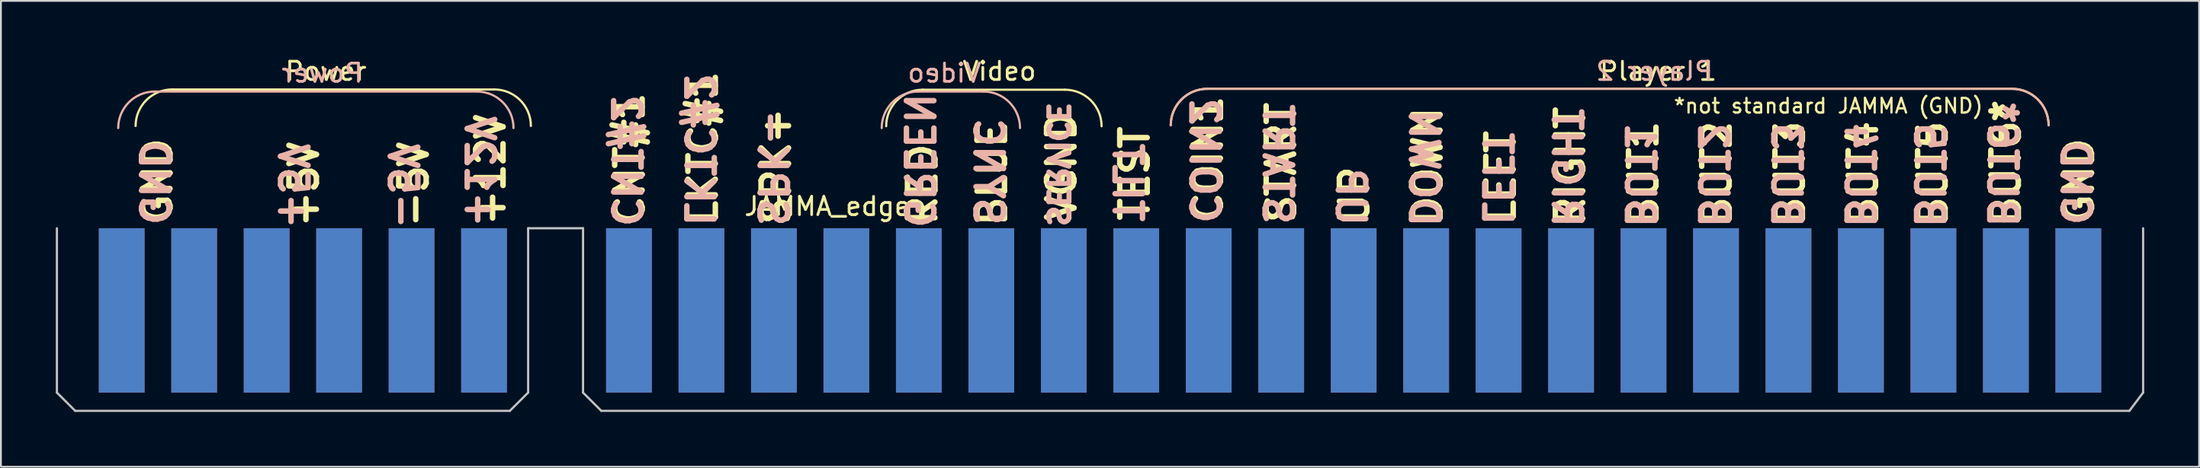
<source format=kicad_pcb>
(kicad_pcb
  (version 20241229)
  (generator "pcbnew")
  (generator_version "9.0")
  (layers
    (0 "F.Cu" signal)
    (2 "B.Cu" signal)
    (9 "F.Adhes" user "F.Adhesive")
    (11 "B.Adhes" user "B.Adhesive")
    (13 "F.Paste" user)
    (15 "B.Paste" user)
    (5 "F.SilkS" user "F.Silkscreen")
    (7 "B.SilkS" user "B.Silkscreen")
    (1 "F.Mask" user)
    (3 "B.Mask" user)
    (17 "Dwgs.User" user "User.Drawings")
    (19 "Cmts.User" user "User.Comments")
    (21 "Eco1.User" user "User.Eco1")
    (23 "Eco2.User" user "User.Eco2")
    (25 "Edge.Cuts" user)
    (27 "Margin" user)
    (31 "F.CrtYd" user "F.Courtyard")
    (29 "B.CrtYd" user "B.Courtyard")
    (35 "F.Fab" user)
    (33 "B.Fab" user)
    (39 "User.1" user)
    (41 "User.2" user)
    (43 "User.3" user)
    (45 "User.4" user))
  (footprint "JAMMA_edge"
    (layer "F.Cu")
    (at 57.06 18.448)
    (property "Reference" "JAMMA_edge" (at -14.9 -10.2 0) (layer "F.SilkS") (effects (font (size 1 1) (thickness 0.15))))
    (attr smd allow_soldermask_bridges)
    (fp_poly (pts (xy 57 1) (xy -57 1) (xy -57 -9) (xy 57 -9)) (stroke (width 0.1) (type solid)) (fill yes) (layer "F.Mask"))
    (fp_poly (pts (xy 57 1) (xy -57 1) (xy -57 -9) (xy 57 -9)) (stroke (width 0.1) (type solid)) (fill yes) (layer "B.Mask"))
    (fp_line (start -33.1 -16.6) (end -50.7 -16.6) (stroke (width 0.12) (type solid)) (layer "F.SilkS"))
    (fp_line (start -9.686 -16.586) (end -1.914 -16.586) (stroke (width 0.12) (type solid)) (layer "F.SilkS"))
    (fp_line (start 49.836 -16.636) (end 5.864 -16.636) (stroke (width 0.12) (type solid)) (layer "F.SilkS"))
    (fp_arc (start -52.7 -14.6) (mid -52.114209 -16.014209) (end -50.7 -16.6) (stroke (width 0.12) (type solid)) (layer "F.SilkS"))
    (fp_arc (start -33.1 -16.6) (mid -31.685776 -16.014224) (end -31.1 -14.6) (stroke (width 0.12) (type solid)) (layer "F.SilkS"))
    (fp_arc (start -11.685786 -14.585786) (mid -11.1 -16) (end -9.685786 -16.585786) (stroke (width 0.12) (type solid)) (layer "F.SilkS"))
    (fp_arc (start -1.914214 -16.585786) (mid -0.499999 -16.000001) (end 0.085786 -14.585786) (stroke (width 0.12) (type solid)) (layer "F.SilkS"))
    (fp_arc (start 3.864214 -14.635786) (mid 4.449996 -16.050004) (end 5.864214 -16.635786) (stroke (width 0.12) (type solid)) (layer "F.SilkS"))
    (fp_arc (start 49.835786 -16.635786) (mid 51.250004 -16.050004) (end 51.835786 -14.635786) (stroke (width 0.12) (type solid)) (layer "F.SilkS"))
    (fp_line (start -51.65 -16.486) (end -34.05 -16.486) (stroke (width 0.12) (type solid)) (layer "B.SilkS"))
    (fp_line (start -6.371 -16.486) (end -9.929 -16.486) (stroke (width 0.12) (type solid)) (layer "B.SilkS"))
    (fp_line (start 49.836 -16.636) (end 5.864 -16.636) (stroke (width 0.12) (type solid)) (layer "B.SilkS"))
    (fp_arc (start -53.65 -14.485786) (mid -53.064207 -15.899993) (end -51.65 -16.485786) (stroke (width 0.12) (type solid)) (layer "B.SilkS"))
    (fp_arc (start -34.05 -16.485786) (mid -32.635784 -15.900002) (end -32.05 -14.485786) (stroke (width 0.12) (type solid)) (layer "B.SilkS"))
    (fp_arc (start -11.928679 -14.485786) (mid -11.342882 -15.899987) (end -9.928679 -16.485786) (stroke (width 0.12) (type solid)) (layer "B.SilkS"))
    (fp_arc (start -6.371322 -16.485786) (mid -4.957091 -15.900018) (end -4.371322 -14.485786) (stroke (width 0.12) (type solid)) (layer "B.SilkS"))
    (fp_arc (start 3.864214 -14.635786) (mid 4.449996 -16.050004) (end 5.864214 -16.635786) (stroke (width 0.12) (type solid)) (layer "B.SilkS"))
    (fp_arc (start 49.835786 -16.635786) (mid 51.250004 -16.050004) (end 51.835786 -14.635786) (stroke (width 0.12) (type solid)) (layer "B.SilkS"))
    (fp_line (start -57 -9) (end -57 0) (stroke (width 0.12) (type solid)) (layer "Dwgs.User"))
    (fp_line (start -57 0) (end -56 1) (stroke (width 0.12) (type solid)) (layer "Dwgs.User"))
    (fp_line (start -56 1) (end -32.25 1) (stroke (width 0.12) (type solid)) (layer "Dwgs.User"))
    (fp_line (start -31.25 -9) (end -28.25 -9) (stroke (width 0.12) (type solid)) (layer "Dwgs.User"))
    (fp_line (start -31.25 0) (end -32.25 1) (stroke (width 0.12) (type solid)) (layer "Dwgs.User"))
    (fp_line (start -31.25 0) (end -31.25 -9) (stroke (width 0.12) (type solid)) (layer "Dwgs.User"))
    (fp_line (start -28.25 -9) (end -28.25 0) (stroke (width 0.12) (type solid)) (layer "Dwgs.User"))
    (fp_line (start -28.25 0) (end -27.25 1) (stroke (width 0.12) (type solid)) (layer "Dwgs.User"))
    (fp_line (start -27.25 1) (end 56.25 1) (stroke (width 0.12) (type solid)) (layer "Dwgs.User"))
    (fp_line (start 57 0) (end 56.25 1) (stroke (width 0.12) (type solid)) (layer "Dwgs.User"))
    (fp_line (start 57 0) (end 57 -9) (stroke (width 0.12) (type solid)) (layer "Dwgs.User"))
    (fp_text user "GND" (at -51.5 -11.6 90) (unlocked yes) (layer "F.SilkS") (effects (font (size 1.5 1.5) (thickness 0.3))))
    (fp_text user "UP" (at 13.9 -10.8 90) (unlocked yes) (layer "F.SilkS") (effects (font (size 1.5 1.5) (thickness 0.3))))
    (fp_text user "BUT6*" (at 49.5 -12.6 90) (unlocked yes) (layer "F.SilkS") (effects (font (size 1.5 1.5) (thickness 0.3))))
    (fp_text user "CNT#1" (at -25.7 -12.8 90) (unlocked yes) (layer "F.SilkS") (effects (font (size 1.5 1.5) (thickness 0.3))))
    (fp_text user "BUT1" (at 29.7 -12 90) (unlocked yes) (layer "F.SilkS") (effects (font (size 1.5 1.5) (thickness 0.3))))
    (fp_text user "VGND" (at -2.1 -12.4 90) (unlocked yes) (layer "F.SilkS") (effects (font (size 1.5 1.5) (thickness 0.3))))
    (fp_text user "DOWN" (at 17.9 -12.4 90) (unlocked yes) (layer "F.SilkS") (effects (font (size 1.5 1.5) (thickness 0.3))))
    (fp_text user "COIN1" (at 5.9 -12.8 90) (unlocked yes) (layer "F.SilkS") (effects (font (size 1.5 1.5) (thickness 0.3))))
    (fp_text user "START" (at 9.9 -12.6 90) (unlocked yes) (layer "F.SilkS") (effects (font (size 1.5 1.5) (thickness 0.3))))
    (fp_text user "Video" (at -5.5 -17.6 0) (unlocked yes) (layer "F.SilkS") (effects (font (size 1 1) (thickness 0.15))))
    (fp_text user "BUT5" (at 45.5 -12 90) (unlocked yes) (layer "F.SilkS") (effects (font (size 1.5 1.5) (thickness 0.3))))
    (fp_text user "BUT4" (at 41.7 -12 90) (unlocked yes) (layer "F.SilkS") (effects (font (size 1.5 1.5) (thickness 0.3))))
    (fp_text user "LEFT" (at 21.9 -11.8 90) (unlocked yes) (layer "F.SilkS") (effects (font (size 1.5 1.5) (thickness 0.3))))
    (fp_text user "+12V" (at -33.3 -12.2 90) (unlocked yes) (layer "F.SilkS") (effects (font (size 1.5 1.5) (thickness 0.3))))
    (fp_text user "LKTC#1" (at -21.7 -13.4 90) (unlocked yes) (layer "F.SilkS") (effects (font (size 1.5 1.5) (thickness 0.3))))
    (fp_text user "RED" (at -9.7 -11.4 90) (unlocked yes) (layer "F.SilkS") (effects (font (size 1.5 1.5) (thickness 0.3))))
    (fp_text user "SPK+" (at -17.7 -12.4 90) (unlocked yes) (layer "F.SilkS") (effects (font (size 1.5 1.5) (thickness 0.3))))
    (fp_text user "Power" (at -42.3 -17.6 0) (unlocked yes) (layer "F.SilkS") (effects (font (size 1 1) (thickness 0.15))))
    (fp_text user "BLUE" (at -5.9 -12 90) (unlocked yes) (layer "F.SilkS") (effects (font (size 1.5 1.5) (thickness 0.3))))
    (fp_text user "TEST" (at 1.9 -12 90) (unlocked yes) (layer "F.SilkS") (effects (font (size 1.5 1.5) (thickness 0.3))))
    (fp_text user "BUT3" (at 37.7 -12 90) (unlocked yes) (layer "F.SilkS") (effects (font (size 1.5 1.5) (thickness 0.3))))
    (fp_text user "GND" (at 53.5 -11.6 90) (unlocked yes) (layer "F.SilkS") (effects (font (size 1.5 1.5) (thickness 0.3))))
    (fp_text user "BUT2" (at 33.7 -12 90) (unlocked yes) (layer "F.SilkS") (effects (font (size 1.5 1.5) (thickness 0.3))))
    (fp_text user "*not standard JAMMA (GND)" (at 39.8 -15.7 0) (unlocked yes) (layer "F.SilkS") (effects (font (size 0.8 0.8) (thickness 0.125))))
    (fp_text user "Player 1" (at 30.5 -17.6 0) (unlocked yes) (layer "F.SilkS") (effects (font (size 1 1) (thickness 0.15))))
    (fp_text user "RIGHT" (at 25.7 -12.4 90) (unlocked yes) (layer "F.SilkS") (effects (font (size 1.5 1.5) (thickness 0.3))))
    (fp_text user "+5V" (at -43.5 -11.4 90) (unlocked yes) (layer "F.SilkS") (effects (font (size 1.5 1.5) (thickness 0.3))))
    (fp_text user "-5V" (at -37.5 -11.4 90) (unlocked yes) (layer "F.SilkS") (effects (font (size 1.5 1.5) (thickness 0.3))))
    (fp_text user "BUT3" (at 37.5 -11.9 270) (unlocked yes) (layer "B.SilkS") (effects (font (size 1.5 1.5) (thickness 0.3)) (justify mirror)))
    (fp_text user "Player 2" (at 30.3 -17.6 0) (unlocked yes) (layer "B.SilkS") (effects (font (size 1 1) (thickness 0.15)) (justify mirror)))
    (fp_text user "-5V" (at -38.1 -11.3 270) (unlocked yes) (layer "B.SilkS") (effects (font (size 1.5 1.5) (thickness 0.3)) (justify mirror)))
    (fp_text user "BUT4" (at 41.5 -11.9 270) (unlocked yes) (layer "B.SilkS") (effects (font (size 1.5 1.5) (thickness 0.3)) (justify mirror)))
    (fp_text user "LEFT" (at 21.7 -11.7 270) (unlocked yes) (layer "B.SilkS") (effects (font (size 1.5 1.5) (thickness 0.3)) (justify mirror)))
    (fp_text user "DOWN" (at 17.7 -12.3 270) (unlocked yes) (layer "B.SilkS") (effects (font (size 1.5 1.5) (thickness 0.3)) (justify mirror)))
    (fp_text user "GND" (at -51.7 -11.5 270) (unlocked yes) (layer "B.SilkS") (effects (font (size 1.5 1.5) (thickness 0.3)) (justify mirror)))
    (fp_text user "COIN2" (at 5.7 -12.7 270) (unlocked yes) (layer "B.SilkS") (effects (font (size 1.5 1.5) (thickness 0.3)) (justify mirror)))
    (fp_text user "TILT" (at 1.5 -11.5 270) (unlocked yes) (layer "B.SilkS") (effects (font (size 1.5 1.5) (thickness 0.3)) (justify mirror)))
    (fp_text user "RIGHT" (at 25.5 -12.3 270) (unlocked yes) (layer "B.SilkS") (effects (font (size 1.5 1.5) (thickness 0.3)) (justify mirror)))
    (fp_text user "+5V" (at -44.1 -11.3 270) (unlocked yes) (layer "B.SilkS") (effects (font (size 1.5 1.5) (thickness 0.3)) (justify mirror)))
    (fp_text user "SPK-" (at -17.9 -12.3 270) (unlocked yes) (layer "B.SilkS") (effects (font (size 1.5 1.5) (thickness 0.3)) (justify mirror)))
    (fp_text user "Power" (at -42.5 -17.5 0) (unlocked yes) (layer "B.SilkS") (effects (font (size 1 1) (thickness 0.15)) (justify mirror)))
    (fp_text user "UP" (at 13.7 -10.7 270) (unlocked yes) (layer "B.SilkS") (effects (font (size 1.5 1.5) (thickness 0.3)) (justify mirror)))
    (fp_text user "LKTC#2" (at -21.9 -13.3 270) (unlocked yes) (layer "B.SilkS") (effects (font (size 1.5 1.5) (thickness 0.3)) (justify mirror)))
    (fp_text user "BUT6*" (at 49.3 -12.5 270) (unlocked yes) (layer "B.SilkS") (effects (font (size 1.5 1.5) (thickness 0.3)) (justify mirror)))
    (fp_text user "+12V" (at -33.9 -12.1 270) (unlocked yes) (layer "B.SilkS") (effects (font (size 1.5 1.5) (thickness 0.3)) (justify mirror)))
    (fp_text user "GND" (at 53.3 -11.5 270) (unlocked yes) (layer "B.SilkS") (effects (font (size 1.5 1.5) (thickness 0.3)) (justify mirror)))
    (fp_text user "BUT5" (at 45.3 -11.9 270) (unlocked yes) (layer "B.SilkS") (effects (font (size 1.5 1.5) (thickness 0.3)) (justify mirror)))
    (fp_text user "Video" (at -8.5 -17.5 0) (unlocked yes) (layer "B.SilkS") (effects (font (size 1 1) (thickness 0.15)) (justify mirror)))
    (fp_text user "BUT2" (at 33.5 -11.9 270) (unlocked yes) (layer "B.SilkS") (effects (font (size 1.5 1.5) (thickness 0.3)) (justify mirror)))
    (fp_text user "START" (at 9.7 -12.5 270) (unlocked yes) (layer "B.SilkS") (effects (font (size 1.5 1.5) (thickness 0.3)) (justify mirror)))
    (fp_text user "SYNC" (at -6.1 -12.1 270) (unlocked yes) (layer "B.SilkS") (effects (font (size 1.5 1.5) (thickness 0.3)) (justify mirror)))
    (fp_text user "CNT#2" (at -25.9 -12.7 270) (unlocked yes) (layer "B.SilkS") (effects (font (size 1.5 1.5) (thickness 0.3)) (justify mirror)))
    (fp_text user "BUT1" (at 29.5 -11.9 270) (unlocked yes) (layer "B.SilkS") (effects (font (size 1.5 1.5) (thickness 0.3)) (justify mirror)))
    (fp_text user "SERVICE" (at -2.3 -12.5 270) (unlocked yes) (layer "B.SilkS") (effects (font (size 1.1 1.1) (thickness 0.275)) (justify mirror)))
    (fp_text user "GREEN" (at -9.9 -12.7 270) (unlocked yes) (layer "B.SilkS") (effects (font (size 1.5 1.5) (thickness 0.3)) (justify mirror)))
    (pad "1" smd rect (at -53.46 -4.5) (size 2.5 9) (layers "F.Cu" "F.Mask"))
    (pad "2" smd rect (at -49.5 -4.5) (size 2.5 9) (layers "F.Cu" "F.Mask"))
    (pad "3" smd rect (at -45.54 -4.5) (size 2.5 9) (layers "F.Cu" "F.Mask"))
    (pad "4" smd rect (at -41.58 -4.5) (size 2.5 9) (layers "F.Cu" "F.Mask"))
    (pad "5" smd rect (at -37.62 -4.5) (size 2.5 9) (layers "F.Cu" "F.Mask"))
    (pad "6" smd rect (at -33.66 -4.5) (size 2.5 9) (layers "F.Cu" "F.Mask"))
    (pad "8" smd rect (at -25.74 -4.5) (size 2.5 9) (layers "F.Cu" "F.Mask"))
    (pad "9" smd rect (at -21.78 -4.5) (size 2.5 9) (layers "F.Cu" "F.Mask"))
    (pad "10" smd rect (at -17.82 -4.5) (size 2.5 9) (layers "F.Cu" "F.Mask"))
    (pad "11" smd rect (at -13.86 -4.5) (size 2.5 9) (layers "F.Cu" "F.Mask"))
    (pad "12" smd rect (at -9.9 -4.5) (size 2.5 9) (layers "F.Cu" "F.Mask"))
    (pad "13" smd rect (at -5.94 -4.5) (size 2.5 9) (layers "F.Cu" "F.Mask"))
    (pad "14" smd rect (at -1.98 -4.5) (size 2.5 9) (layers "F.Cu" "F.Mask"))
    (pad "15" smd rect (at 1.98 -4.5) (size 2.5 9) (layers "F.Cu" "F.Mask"))
    (pad "16" smd rect (at 5.94 -4.5) (size 2.5 9) (layers "F.Cu" "F.Mask"))
    (pad "17" smd rect (at 9.9 -4.5) (size 2.5 9) (layers "F.Cu" "F.Mask"))
    (pad "18" smd rect (at 13.86 -4.5) (size 2.5 9) (layers "F.Cu" "F.Mask"))
    (pad "19" smd rect (at 17.82 -4.5) (size 2.5 9) (layers "F.Cu" "F.Mask"))
    (pad "20" smd rect (at 21.78 -4.5) (size 2.5 9) (layers "F.Cu" "F.Mask"))
    (pad "21" smd rect (at 25.74 -4.5) (size 2.5 9) (layers "F.Cu" "F.Mask"))
    (pad "22" smd rect (at 29.7 -4.5) (size 2.5 9) (layers "F.Cu" "F.Mask"))
    (pad "23" smd rect (at 33.66 -4.5) (size 2.5 9) (layers "F.Cu" "F.Mask"))
    (pad "24" smd rect (at 37.62 -4.5) (size 2.5 9) (layers "F.Cu" "F.Mask"))
    (pad "25" smd rect (at 41.58 -4.5) (size 2.5 9) (layers "F.Cu" "F.Mask"))
    (pad "26" smd rect (at 45.54 -4.5) (size 2.5 9) (layers "F.Cu" "F.Mask"))
    (pad "27" smd rect (at 49.5 -4.5) (size 2.5 9) (layers "F.Cu" "F.Mask"))
    (pad "28" smd rect (at 53.46 -4.5) (size 2.5 9) (layers "F.Cu" "F.Mask"))
    (pad "A" smd rect (at -53.46 -4.5) (size 2.5 9) (layers "B.Cu" "B.Mask"))
    (pad "B" smd rect (at -49.5 -4.5) (size 2.5 9) (layers "B.Cu" "B.Mask"))
    (pad "C" smd rect (at -45.54 -4.5) (size 2.5 9) (layers "B.Cu" "B.Mask"))
    (pad "D" smd rect (at -41.58 -4.5) (size 2.5 9) (layers "B.Cu" "B.Mask"))
    (pad "E" smd rect (at -37.62 -4.5) (size 2.5 9) (layers "B.Cu" "B.Mask"))
    (pad "F" smd rect (at -33.66 -4.5) (size 2.5 9) (layers "B.Cu" "B.Mask"))
    (pad "J" smd rect (at -25.74 -4.5) (size 2.5 9) (layers "B.Cu" "B.Mask"))
    (pad "K" smd rect (at -21.78 -4.5) (size 2.5 9) (layers "B.Cu" "B.Mask"))
    (pad "L" smd rect (at -17.82 -4.5) (size 2.5 9) (layers "B.Cu" "B.Mask"))
    (pad "M" smd rect (at -13.86 -4.5) (size 2.5 9) (layers "B.Cu" "B.Mask"))
    (pad "N" smd rect (at -9.9 -4.5) (size 2.5 9) (layers "B.Cu" "B.Mask"))
    (pad "P" smd rect (at -5.94 -4.5) (size 2.5 9) (layers "B.Cu" "B.Mask"))
    (pad "R" smd rect (at -1.98 -4.5) (size 2.5 9) (layers "B.Cu" "B.Mask"))
    (pad "S" smd rect (at 1.98 -4.5) (size 2.5 9) (layers "B.Cu" "B.Mask"))
    (pad "T" smd rect (at 5.94 -4.5) (size 2.5 9) (layers "B.Cu" "B.Mask"))
    (pad "U" smd rect (at 9.9 -4.5) (size 2.5 9) (layers "B.Cu" "B.Mask"))
    (pad "V" smd rect (at 13.86 -4.5) (size 2.5 9) (layers "B.Cu" "B.Mask"))
    (pad "W" smd rect (at 17.82 -4.5) (size 2.5 9) (layers "B.Cu" "B.Mask"))
    (pad "X" smd rect (at 21.78 -4.5) (size 2.5 9) (layers "B.Cu" "B.Mask"))
    (pad "Y" smd rect (at 25.74 -4.5) (size 2.5 9) (layers "B.Cu" "B.Mask"))
    (pad "Z" smd rect (at 29.7 -4.5) (size 2.5 9) (layers "B.Cu" "B.Mask"))
    (pad "a" smd rect (at 33.66 -4.5) (size 2.5 9) (layers "B.Cu" "B.Mask"))
    (pad "b" smd rect (at 37.62 -4.5) (size 2.5 9) (layers "B.Cu" "B.Mask"))
    (pad "c" smd rect (at 41.58 -4.5) (size 2.5 9) (layers "B.Cu" "B.Mask"))
    (pad "d" smd rect (at 45.54 -4.5) (size 2.5 9) (layers "B.Cu" "B.Mask"))
    (pad "e" smd rect (at 49.5 -4.5) (size 2.5 9) (layers "B.Cu" "B.Mask"))
    (pad "f" smd rect (at 53.46 -4.5) (size 2.5 9) (layers "B.Cu" "B.Mask")))
  (gr_rect
    (start -3 -3)
    (end 117.12 22.508)
    (stroke (width 0.1) (type default))
    (fill no)
    (layer "Edge.Cuts")))
</source>
